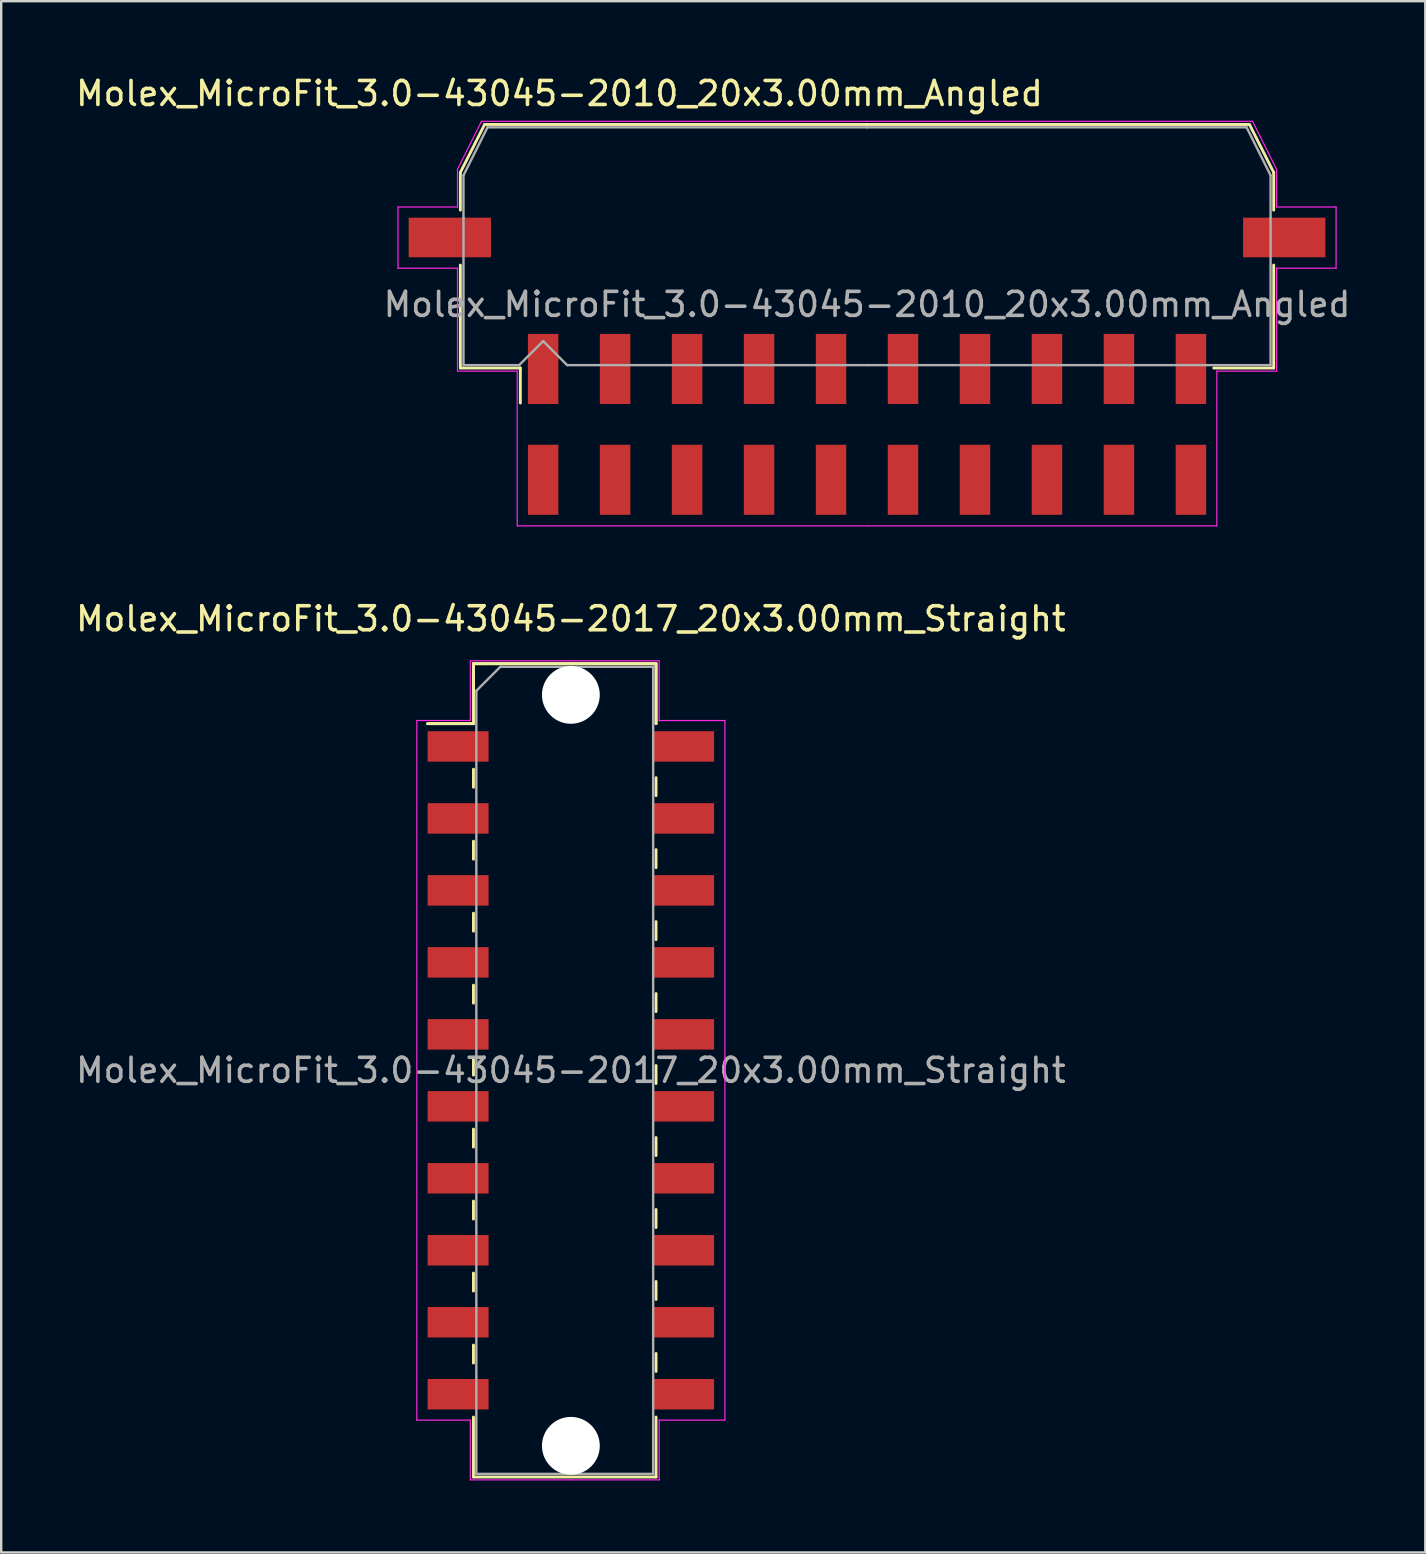
<source format=kicad_pcb>
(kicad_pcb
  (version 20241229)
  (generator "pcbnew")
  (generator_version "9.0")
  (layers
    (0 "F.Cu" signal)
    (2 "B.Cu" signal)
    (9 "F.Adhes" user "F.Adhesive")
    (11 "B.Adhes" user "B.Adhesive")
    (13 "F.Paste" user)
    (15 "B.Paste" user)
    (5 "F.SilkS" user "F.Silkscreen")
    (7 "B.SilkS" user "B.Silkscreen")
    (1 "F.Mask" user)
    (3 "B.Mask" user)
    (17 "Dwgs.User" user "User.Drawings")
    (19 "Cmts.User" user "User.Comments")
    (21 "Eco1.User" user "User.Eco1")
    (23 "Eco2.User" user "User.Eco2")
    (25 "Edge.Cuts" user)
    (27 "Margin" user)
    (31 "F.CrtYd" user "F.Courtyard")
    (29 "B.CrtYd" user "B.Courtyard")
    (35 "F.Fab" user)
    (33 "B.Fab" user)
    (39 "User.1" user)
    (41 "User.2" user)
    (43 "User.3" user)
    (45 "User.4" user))
  (footprint "Molex_MicroFit_3.0-43045-2010_20x3.00mm_Angled"
    (layer "F.Cu")
    (at 33.088 14.638)
    (property "Reference" "Molex_MicroFit_3.0-43045-2010_20x3.00mm_Angled" (at -12.82 -13.79 0) (layer "F.SilkS") (effects (font (size 1 1) (thickness 0.15))))
    (attr smd)
    (fp_line (start -16.95 -10.5) (end -16.95 -8.93) (stroke (width 0.12) (type solid)) (layer "F.SilkS"))
    (fp_line (start -16.95 -6.64) (end -16.95 -2.35) (stroke (width 0.12) (type solid)) (layer "F.SilkS"))
    (fp_line (start -16.95 -2.35) (end -14.45 -2.35) (stroke (width 0.12) (type solid)) (layer "F.SilkS"))
    (fp_line (start -15.94 -12.5) (end -16.95 -10.5) (stroke (width 0.12) (type solid)) (layer "F.SilkS"))
    (fp_line (start -14.45 -2.35) (end -14.45 -0.89) (stroke (width 0.12) (type solid)) (layer "F.SilkS"))
    (fp_line (start 0 -12.5) (end -15.94 -12.5) (stroke (width 0.12) (type solid)) (layer "F.SilkS"))
    (fp_line (start 0 -12.5) (end 15.94 -12.5) (stroke (width 0.12) (type solid)) (layer "F.SilkS"))
    (fp_line (start 15.94 -12.5) (end 16.95 -10.5) (stroke (width 0.12) (type solid)) (layer "F.SilkS"))
    (fp_line (start 16.95 -10.5) (end 16.95 -8.93) (stroke (width 0.12) (type solid)) (layer "F.SilkS"))
    (fp_line (start 16.95 -6.64) (end 16.95 -2.35) (stroke (width 0.12) (type solid)) (layer "F.SilkS"))
    (fp_line (start 16.95 -2.35) (end 14.45 -2.35) (stroke (width 0.12) (type solid)) (layer "F.SilkS"))
    (fp_line (start -19.55 -9.06) (end -19.55 -6.51) (stroke (width 0.05) (type solid)) (layer "F.CrtYd"))
    (fp_line (start -19.55 -6.51) (end -17.07 -6.51) (stroke (width 0.05) (type solid)) (layer "F.CrtYd"))
    (fp_line (start -17.07 -10.63) (end -17.07 -9.06) (stroke (width 0.05) (type solid)) (layer "F.CrtYd"))
    (fp_line (start -17.07 -9.06) (end -19.55 -9.06) (stroke (width 0.05) (type solid)) (layer "F.CrtYd"))
    (fp_line (start -17.07 -6.51) (end -17.07 -2.22) (stroke (width 0.05) (type solid)) (layer "F.CrtYd"))
    (fp_line (start -17.07 -2.22) (end -14.58 -2.22) (stroke (width 0.05) (type solid)) (layer "F.CrtYd"))
    (fp_line (start -16.07 -12.63) (end -17.07 -10.63) (stroke (width 0.05) (type solid)) (layer "F.CrtYd"))
    (fp_line (start -14.58 -2.22) (end -14.58 4.23) (stroke (width 0.05) (type solid)) (layer "F.CrtYd"))
    (fp_line (start -14.58 4.23) (end 0 4.23) (stroke (width 0.05) (type solid)) (layer "F.CrtYd"))
    (fp_line (start 0 -12.63) (end -16.07 -12.63) (stroke (width 0.05) (type solid)) (layer "F.CrtYd"))
    (fp_line (start 0 -12.63) (end 16.07 -12.63) (stroke (width 0.05) (type solid)) (layer "F.CrtYd"))
    (fp_line (start 14.58 -2.22) (end 14.58 4.23) (stroke (width 0.05) (type solid)) (layer "F.CrtYd"))
    (fp_line (start 14.58 4.23) (end 0 4.23) (stroke (width 0.05) (type solid)) (layer "F.CrtYd"))
    (fp_line (start 16.07 -12.63) (end 17.07 -10.63) (stroke (width 0.05) (type solid)) (layer "F.CrtYd"))
    (fp_line (start 17.07 -10.63) (end 17.07 -9.06) (stroke (width 0.05) (type solid)) (layer "F.CrtYd"))
    (fp_line (start 17.07 -9.06) (end 19.55 -9.06) (stroke (width 0.05) (type solid)) (layer "F.CrtYd"))
    (fp_line (start 17.07 -6.51) (end 17.07 -2.22) (stroke (width 0.05) (type solid)) (layer "F.CrtYd"))
    (fp_line (start 17.07 -2.22) (end 14.58 -2.22) (stroke (width 0.05) (type solid)) (layer "F.CrtYd"))
    (fp_line (start 19.55 -9.06) (end 19.55 -6.51) (stroke (width 0.05) (type solid)) (layer "F.CrtYd"))
    (fp_line (start 19.55 -6.51) (end 17.07 -6.51) (stroke (width 0.05) (type solid)) (layer "F.CrtYd"))
    (fp_line (start -16.82 -10.38) (end -16.82 -8.61) (stroke (width 0.1) (type solid)) (layer "F.Fab"))
    (fp_line (start -16.82 -8.61) (end -16.82 -2.47) (stroke (width 0.1) (type solid)) (layer "F.Fab"))
    (fp_line (start -16.82 -2.47) (end -14.5 -2.47) (stroke (width 0.1) (type solid)) (layer "F.Fab"))
    (fp_line (start -15.82 -12.38) (end -16.82 -10.38) (stroke (width 0.1) (type solid)) (layer "F.Fab"))
    (fp_line (start -14.5 -2.47) (end -13.5 -3.47) (stroke (width 0.1) (type solid)) (layer "F.Fab"))
    (fp_line (start -13.5 -3.47) (end -12.5 -2.47) (stroke (width 0.1) (type solid)) (layer "F.Fab"))
    (fp_line (start -12.5 -2.47) (end 0 -2.47) (stroke (width 0.1) (type solid)) (layer "F.Fab"))
    (fp_line (start 0 -12.38) (end -15.82 -12.38) (stroke (width 0.1) (type solid)) (layer "F.Fab"))
    (fp_line (start 0 -12.38) (end 15.82 -12.38) (stroke (width 0.1) (type solid)) (layer "F.Fab"))
    (fp_line (start 14.13 -2.47) (end 0 -2.47) (stroke (width 0.1) (type solid)) (layer "F.Fab"))
    (fp_line (start 15.82 -12.38) (end 16.82 -10.38) (stroke (width 0.1) (type solid)) (layer "F.Fab"))
    (fp_line (start 16.82 -10.38) (end 16.82 -8.61) (stroke (width 0.1) (type solid)) (layer "F.Fab"))
    (fp_line (start 16.82 -8.61) (end 16.82 -2.47) (stroke (width 0.1) (type solid)) (layer "F.Fab"))
    (fp_line (start 16.82 -2.47) (end 14.13 -2.47) (stroke (width 0.1) (type solid)) (layer "F.Fab"))
    (fp_text user "${REFERENCE}" (at 0 -5 0) (layer "F.Fab") (effects (font (size 1 1) (thickness 0.15))))
    (pad "" smd rect (at -17.39 -7.79) (size 3.43 1.65) (layers "F.Cu" "F.Mask" "F.Paste"))
    (pad "" smd rect (at 17.39 -7.79) (size 3.43 1.65) (layers "F.Cu" "F.Mask" "F.Paste"))
    (pad "1" smd rect (at -13.5 -2.31) (size 1.27 2.92) (layers "F.Cu" "F.Mask" "F.Paste"))
    (pad "2" smd rect (at -10.5 -2.31) (size 1.27 2.92) (layers "F.Cu" "F.Mask" "F.Paste"))
    (pad "3" smd rect (at -7.5 -2.31) (size 1.27 2.92) (layers "F.Cu" "F.Mask" "F.Paste"))
    (pad "4" smd rect (at -4.5 -2.31) (size 1.27 2.92) (layers "F.Cu" "F.Mask" "F.Paste"))
    (pad "5" smd rect (at -1.5 -2.31) (size 1.27 2.92) (layers "F.Cu" "F.Mask" "F.Paste"))
    (pad "6" smd rect (at 1.5 -2.31) (size 1.27 2.92) (layers "F.Cu" "F.Mask" "F.Paste"))
    (pad "7" smd rect (at 4.5 -2.31) (size 1.27 2.92) (layers "F.Cu" "F.Mask" "F.Paste"))
    (pad "8" smd rect (at 7.5 -2.31) (size 1.27 2.92) (layers "F.Cu" "F.Mask" "F.Paste"))
    (pad "9" smd rect (at 10.5 -2.31) (size 1.27 2.92) (layers "F.Cu" "F.Mask" "F.Paste"))
    (pad "10" smd rect (at 13.5 -2.31) (size 1.27 2.92) (layers "F.Cu" "F.Mask" "F.Paste"))
    (pad "11" smd rect (at 13.5 2.31) (size 1.27 2.92) (layers "F.Cu" "F.Mask" "F.Paste"))
    (pad "12" smd rect (at 10.5 2.31) (size 1.27 2.92) (layers "F.Cu" "F.Mask" "F.Paste"))
    (pad "13" smd rect (at 7.5 2.31) (size 1.27 2.92) (layers "F.Cu" "F.Mask" "F.Paste"))
    (pad "14" smd rect (at 4.5 2.31) (size 1.27 2.92) (layers "F.Cu" "F.Mask" "F.Paste"))
    (pad "15" smd rect (at 1.5 2.31) (size 1.27 2.92) (layers "F.Cu" "F.Mask" "F.Paste"))
    (pad "16" smd rect (at -1.5 2.31) (size 1.27 2.92) (layers "F.Cu" "F.Mask" "F.Paste"))
    (pad "17" smd rect (at -4.5 2.31) (size 1.27 2.92) (layers "F.Cu" "F.Mask" "F.Paste"))
    (pad "18" smd rect (at -7.5 2.31) (size 1.27 2.92) (layers "F.Cu" "F.Mask" "F.Paste"))
    (pad "19" smd rect (at -10.5 2.31) (size 1.27 2.92) (layers "F.Cu" "F.Mask" "F.Paste"))
    (pad "20" smd rect (at -13.5 2.31) (size 1.27 2.92) (layers "F.Cu" "F.Mask" "F.Paste")))
  (footprint "Molex_MicroFit_3.0-43045-2017_20x3.00mm_Straight"
    (layer "F.Cu")
    (at 20.744 41.562)
    (property "Reference" "Molex_MicroFit_3.0-43045-2017_20x3.00mm_Straight" (at 0 -18.82 0) (layer "F.SilkS") (effects (font (size 1 1) (thickness 0.15))))
    (attr smd)
    (fp_line (start -5.97 -14.45) (end -4.06 -14.45) (stroke (width 0.12) (type solid)) (layer "F.SilkS"))
    (fp_line (start -5.97 -14.45) (end -4.06 -14.45) (stroke (width 0.12) (type solid)) (layer "F.SilkS"))
    (fp_line (start -4.06 -16.95) (end 3.55 -16.95) (stroke (width 0.12) (type solid)) (layer "F.SilkS"))
    (fp_line (start -4.06 -16.95) (end 3.55 -16.95) (stroke (width 0.12) (type solid)) (layer "F.SilkS"))
    (fp_line (start -4.06 -14.45) (end -4.06 -16.95) (stroke (width 0.12) (type solid)) (layer "F.SilkS"))
    (fp_line (start -4.06 -14.45) (end -4.06 -16.95) (stroke (width 0.12) (type solid)) (layer "F.SilkS"))
    (fp_line (start -4.06 -12.55) (end -4.06 -11.8) (stroke (width 0.12) (type solid)) (layer "F.SilkS"))
    (fp_line (start -4.06 -9.55) (end -4.06 -8.8) (stroke (width 0.12) (type solid)) (layer "F.SilkS"))
    (fp_line (start -4.06 -6.55) (end -4.06 -5.8) (stroke (width 0.12) (type solid)) (layer "F.SilkS"))
    (fp_line (start -4.06 -3.55) (end -4.06 -2.8) (stroke (width 0.12) (type solid)) (layer "F.SilkS"))
    (fp_line (start -4.06 -0.55) (end -4.06 0.2) (stroke (width 0.12) (type solid)) (layer "F.SilkS"))
    (fp_line (start -4.06 2.45) (end -4.06 3.2) (stroke (width 0.12) (type solid)) (layer "F.SilkS"))
    (fp_line (start -4.06 5.45) (end -4.06 6.2) (stroke (width 0.12) (type solid)) (layer "F.SilkS"))
    (fp_line (start -4.06 8.45) (end -4.06 9.2) (stroke (width 0.12) (type solid)) (layer "F.SilkS"))
    (fp_line (start -4.06 11.45) (end -4.06 12.2) (stroke (width 0.12) (type solid)) (layer "F.SilkS"))
    (fp_line (start -4.06 16.95) (end -4.06 14.45) (stroke (width 0.12) (type solid)) (layer "F.SilkS"))
    (fp_line (start 3.55 -16.95) (end 3.55 -14.45) (stroke (width 0.12) (type solid)) (layer "F.SilkS"))
    (fp_line (start 3.55 -16.95) (end 3.55 -14.45) (stroke (width 0.12) (type solid)) (layer "F.SilkS"))
    (fp_line (start 3.55 -11.45) (end 3.55 -12.2) (stroke (width 0.12) (type solid)) (layer "F.SilkS"))
    (fp_line (start 3.55 -8.45) (end 3.55 -9.2) (stroke (width 0.12) (type solid)) (layer "F.SilkS"))
    (fp_line (start 3.55 -5.45) (end 3.55 -6.2) (stroke (width 0.12) (type solid)) (layer "F.SilkS"))
    (fp_line (start 3.55 -2.45) (end 3.55 -3.2) (stroke (width 0.12) (type solid)) (layer "F.SilkS"))
    (fp_line (start 3.55 0.55) (end 3.55 -0.2) (stroke (width 0.12) (type solid)) (layer "F.SilkS"))
    (fp_line (start 3.55 3.55) (end 3.55 2.8) (stroke (width 0.12) (type solid)) (layer "F.SilkS"))
    (fp_line (start 3.55 6.55) (end 3.55 5.8) (stroke (width 0.12) (type solid)) (layer "F.SilkS"))
    (fp_line (start 3.55 9.55) (end 3.55 8.8) (stroke (width 0.12) (type solid)) (layer "F.SilkS"))
    (fp_line (start 3.55 12.55) (end 3.55 11.8) (stroke (width 0.12) (type solid)) (layer "F.SilkS"))
    (fp_line (start 3.55 14.45) (end 3.55 16.95) (stroke (width 0.12) (type solid)) (layer "F.SilkS"))
    (fp_line (start 3.55 16.95) (end -4.06 16.95) (stroke (width 0.12) (type solid)) (layer "F.SilkS"))
    (fp_line (start -6.42 -14.58) (end -4.19 -14.58) (stroke (width 0.05) (type solid)) (layer "F.CrtYd"))
    (fp_line (start -6.42 14.58) (end -6.42 -14.58) (stroke (width 0.05) (type solid)) (layer "F.CrtYd"))
    (fp_line (start -4.19 -17.07) (end 0 -17.07) (stroke (width 0.05) (type solid)) (layer "F.CrtYd"))
    (fp_line (start -4.19 -14.58) (end -4.19 -17.07) (stroke (width 0.05) (type solid)) (layer "F.CrtYd"))
    (fp_line (start -4.19 14.58) (end -6.42 14.58) (stroke (width 0.05) (type solid)) (layer "F.CrtYd"))
    (fp_line (start -4.19 17.07) (end -4.19 14.58) (stroke (width 0.05) (type solid)) (layer "F.CrtYd"))
    (fp_line (start 0 -17.07) (end 3.68 -17.07) (stroke (width 0.05) (type solid)) (layer "F.CrtYd"))
    (fp_line (start 0 17.07) (end -4.19 17.07) (stroke (width 0.05) (type solid)) (layer "F.CrtYd"))
    (fp_line (start 3.68 -17.07) (end 3.68 -14.58) (stroke (width 0.05) (type solid)) (layer "F.CrtYd"))
    (fp_line (start 3.68 -14.58) (end 6.42 -14.58) (stroke (width 0.05) (type solid)) (layer "F.CrtYd"))
    (fp_line (start 3.68 14.58) (end 3.68 17.07) (stroke (width 0.05) (type solid)) (layer "F.CrtYd"))
    (fp_line (start 3.68 17.07) (end 0 17.07) (stroke (width 0.05) (type solid)) (layer "F.CrtYd"))
    (fp_line (start 6.42 -14.58) (end 6.42 14.58) (stroke (width 0.05) (type solid)) (layer "F.CrtYd"))
    (fp_line (start 6.42 14.58) (end 3.68 14.58) (stroke (width 0.05) (type solid)) (layer "F.CrtYd"))
    (fp_line (start -3.94 -15.82) (end -2.94 -16.82) (stroke (width 0.1) (type solid)) (layer "F.Fab"))
    (fp_line (start -3.94 16.82) (end -3.94 -15.82) (stroke (width 0.1) (type solid)) (layer "F.Fab"))
    (fp_line (start -2.94 -16.82) (end 0 -16.82) (stroke (width 0.1) (type solid)) (layer "F.Fab"))
    (fp_line (start 0 -16.82) (end 3.43 -16.82) (stroke (width 0.1) (type solid)) (layer "F.Fab"))
    (fp_line (start 0 16.82) (end -3.94 16.82) (stroke (width 0.1) (type solid)) (layer "F.Fab"))
    (fp_line (start 3.43 -16.82) (end 3.43 16.82) (stroke (width 0.1) (type solid)) (layer "F.Fab"))
    (fp_line (start 3.43 16.82) (end 0 16.82) (stroke (width 0.1) (type solid)) (layer "F.Fab"))
    (fp_text user "${REFERENCE}" (at 0 0 0) (layer "F.Fab") (effects (font (size 1 1) (thickness 0.15))))
    (pad "" np_thru_hole circle (at 0 -15.65) (size 2.41 2.41) (drill 2.41) (layers "*.Cu"))
    (pad "" np_thru_hole circle (at 0 15.65) (size 2.41 2.41) (drill 2.41) (layers "*.Cu"))
    (pad "1" smd rect (at -4.7 -13.5) (size 2.54 1.27) (layers "F.Cu" "F.Mask" "F.Paste"))
    (pad "2" smd rect (at -4.7 -10.5) (size 2.54 1.27) (layers "F.Cu" "F.Mask" "F.Paste"))
    (pad "3" smd rect (at -4.7 -7.5) (size 2.54 1.27) (layers "F.Cu" "F.Mask" "F.Paste"))
    (pad "4" smd rect (at -4.7 -4.5) (size 2.54 1.27) (layers "F.Cu" "F.Mask" "F.Paste"))
    (pad "5" smd rect (at -4.7 -1.5) (size 2.54 1.27) (layers "F.Cu" "F.Mask" "F.Paste"))
    (pad "6" smd rect (at -4.7 1.5) (size 2.54 1.27) (layers "F.Cu" "F.Mask" "F.Paste"))
    (pad "7" smd rect (at -4.7 4.5) (size 2.54 1.27) (layers "F.Cu" "F.Mask" "F.Paste"))
    (pad "8" smd rect (at -4.7 7.5) (size 2.54 1.27) (layers "F.Cu" "F.Mask" "F.Paste"))
    (pad "9" smd rect (at -4.7 10.5) (size 2.54 1.27) (layers "F.Cu" "F.Mask" "F.Paste"))
    (pad "10" smd rect (at -4.7 13.5) (size 2.54 1.27) (layers "F.Cu" "F.Mask" "F.Paste"))
    (pad "11" smd rect (at 4.7 13.5) (size 2.54 1.27) (layers "F.Cu" "F.Mask" "F.Paste"))
    (pad "12" smd rect (at 4.7 10.5) (size 2.54 1.27) (layers "F.Cu" "F.Mask" "F.Paste"))
    (pad "13" smd rect (at 4.7 7.5) (size 2.54 1.27) (layers "F.Cu" "F.Mask" "F.Paste"))
    (pad "14" smd rect (at 4.7 4.5) (size 2.54 1.27) (layers "F.Cu" "F.Mask" "F.Paste"))
    (pad "15" smd rect (at 4.7 1.5) (size 2.54 1.27) (layers "F.Cu" "F.Mask" "F.Paste"))
    (pad "16" smd rect (at 4.7 -1.5) (size 2.54 1.27) (layers "F.Cu" "F.Mask" "F.Paste"))
    (pad "17" smd rect (at 4.7 -4.5) (size 2.54 1.27) (layers "F.Cu" "F.Mask" "F.Paste"))
    (pad "18" smd rect (at 4.7 -7.5) (size 2.54 1.27) (layers "F.Cu" "F.Mask" "F.Paste"))
    (pad "19" smd rect (at 4.7 -10.5) (size 2.54 1.27) (layers "F.Cu" "F.Mask" "F.Paste"))
    (pad "20" smd rect (at 4.7 -13.5) (size 2.54 1.27) (layers "F.Cu" "F.Mask" "F.Paste")))
  (gr_rect
    (start -3 -3)
    (end 56.356 61.657)
    (stroke (width 0.1) (type default))
    (fill no)
    (layer "Edge.Cuts")))
</source>
